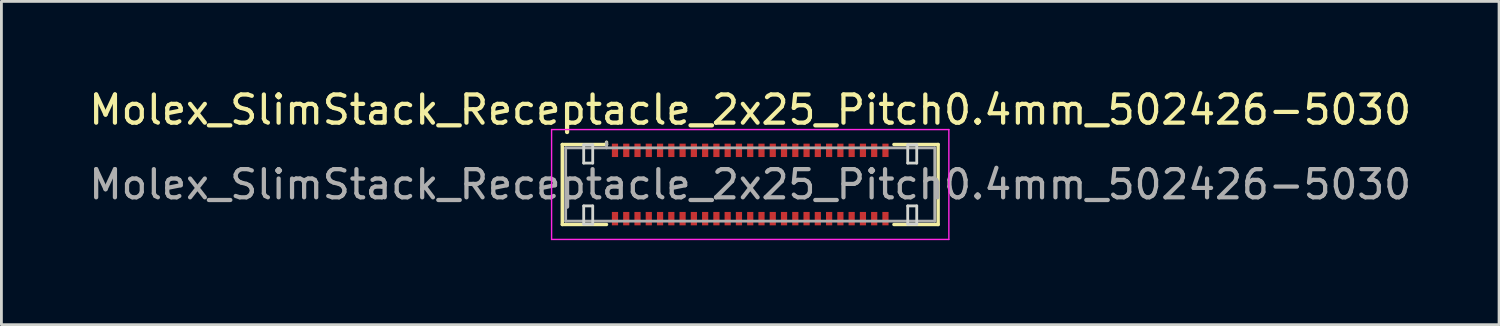
<source format=kicad_pcb>
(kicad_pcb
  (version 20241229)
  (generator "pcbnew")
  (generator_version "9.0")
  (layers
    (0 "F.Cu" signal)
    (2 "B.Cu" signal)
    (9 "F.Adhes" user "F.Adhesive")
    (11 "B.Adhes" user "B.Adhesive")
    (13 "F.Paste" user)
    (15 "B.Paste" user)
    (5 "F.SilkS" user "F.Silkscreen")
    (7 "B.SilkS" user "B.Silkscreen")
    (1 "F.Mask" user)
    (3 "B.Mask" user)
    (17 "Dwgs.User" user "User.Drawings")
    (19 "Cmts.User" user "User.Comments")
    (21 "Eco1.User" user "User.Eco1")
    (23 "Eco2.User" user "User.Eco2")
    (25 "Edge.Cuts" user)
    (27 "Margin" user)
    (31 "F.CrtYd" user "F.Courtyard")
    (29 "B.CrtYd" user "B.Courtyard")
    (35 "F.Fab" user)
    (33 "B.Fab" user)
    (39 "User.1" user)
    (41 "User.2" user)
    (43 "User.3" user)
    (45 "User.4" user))
  (footprint "Molex_SlimStack_Receptacle_2x25_Pitch0.4mm_502426-5030"
    (layer "F.Cu")
    (at 23.577 3.498)
    (property "Reference" "Molex_SlimStack_Receptacle_2x25_Pitch0.4mm_502426-5030" (at 0 -2.65 0) (layer "F.SilkS") (effects (font (size 1 1) (thickness 0.15))))
    (attr smd)
    (fp_line (start -6.67 -1.42) (end -5.1 -1.42) (stroke (width 0.12) (type solid)) (layer "F.SilkS"))
    (fp_line (start -6.67 1.42) (end -6.67 -1.42) (stroke (width 0.12) (type solid)) (layer "F.SilkS"))
    (fp_line (start -5.1 -1.42) (end -5.1 -1.5) (stroke (width 0.12) (type solid)) (layer "F.SilkS"))
    (fp_line (start -5.1 1.42) (end -6.67 1.42) (stroke (width 0.12) (type solid)) (layer "F.SilkS"))
    (fp_line (start 5.1 1.42) (end 6.67 1.42) (stroke (width 0.12) (type solid)) (layer "F.SilkS"))
    (fp_line (start 6.67 -1.42) (end 5.1 -1.42) (stroke (width 0.12) (type solid)) (layer "F.SilkS"))
    (fp_line (start 6.67 1.42) (end 6.67 -1.42) (stroke (width 0.12) (type solid)) (layer "F.SilkS"))
    (fp_line (start -5.91 -1.41) (end -5.91 -0.76) (stroke (width 0.1) (type solid)) (layer "Edge.Cuts"))
    (fp_line (start -5.91 -0.76) (end -5.59 -0.76) (stroke (width 0.1) (type solid)) (layer "Edge.Cuts"))
    (fp_line (start -5.91 0.76) (end -5.91 1.41) (stroke (width 0.1) (type solid)) (layer "Edge.Cuts"))
    (fp_line (start -5.91 1.41) (end -5.59 1.41) (stroke (width 0.1) (type solid)) (layer "Edge.Cuts"))
    (fp_line (start -5.59 -1.41) (end -5.91 -1.41) (stroke (width 0.1) (type solid)) (layer "Edge.Cuts"))
    (fp_line (start -5.59 -0.76) (end -5.59 -1.41) (stroke (width 0.1) (type solid)) (layer "Edge.Cuts"))
    (fp_line (start -5.59 0.76) (end -5.91 0.76) (stroke (width 0.1) (type solid)) (layer "Edge.Cuts"))
    (fp_line (start -5.59 1.41) (end -5.59 0.76) (stroke (width 0.1) (type solid)) (layer "Edge.Cuts"))
    (fp_line (start 5.59 -1.41) (end 5.59 -0.76) (stroke (width 0.1) (type solid)) (layer "Edge.Cuts"))
    (fp_line (start 5.59 -0.76) (end 5.91 -0.76) (stroke (width 0.1) (type solid)) (layer "Edge.Cuts"))
    (fp_line (start 5.59 0.76) (end 5.59 1.41) (stroke (width 0.1) (type solid)) (layer "Edge.Cuts"))
    (fp_line (start 5.59 1.41) (end 5.91 1.41) (stroke (width 0.1) (type solid)) (layer "Edge.Cuts"))
    (fp_line (start 5.91 -1.41) (end 5.59 -1.41) (stroke (width 0.1) (type solid)) (layer "Edge.Cuts"))
    (fp_line (start 5.91 -0.76) (end 5.91 -1.41) (stroke (width 0.1) (type solid)) (layer "Edge.Cuts"))
    (fp_line (start 5.91 0.76) (end 5.59 0.76) (stroke (width 0.1) (type solid)) (layer "Edge.Cuts"))
    (fp_line (start 5.91 1.41) (end 5.91 0.76) (stroke (width 0.1) (type solid)) (layer "Edge.Cuts"))
    (fp_line (start -7.05 -1.95) (end -7.05 1.95) (stroke (width 0.05) (type solid)) (layer "F.CrtYd"))
    (fp_line (start -7.05 1.95) (end 7.05 1.95) (stroke (width 0.05) (type solid)) (layer "F.CrtYd"))
    (fp_line (start 7.05 -1.95) (end -7.05 -1.95) (stroke (width 0.05) (type solid)) (layer "F.CrtYd"))
    (fp_line (start 7.05 1.95) (end 7.05 -1.95) (stroke (width 0.05) (type solid)) (layer "F.CrtYd"))
    (fp_line (start -6.55 -1.3) (end -6.55 1.3) (stroke (width 0.1) (type solid)) (layer "F.Fab"))
    (fp_line (start -6.55 1.3) (end 6.55 1.3) (stroke (width 0.1) (type solid)) (layer "F.Fab"))
    (fp_line (start -5.1 -1.3) (end -5.1 -1.5) (stroke (width 0.1) (type solid)) (layer "F.Fab"))
    (fp_line (start 6.55 -1.3) (end -6.55 -1.3) (stroke (width 0.1) (type solid)) (layer "F.Fab"))
    (fp_line (start 6.55 1.3) (end 6.55 -1.3) (stroke (width 0.1) (type solid)) (layer "F.Fab"))
    (fp_text user "${REFERENCE}" (at 0 0 0) (layer "F.Fab") (effects (font (size 1 1) (thickness 0.15))))
    (pad "1" smd rect (at -4.8 -1.212) (size 0.22 0.475) (layers "F.Cu" "F.Mask" "F.Paste"))
    (pad "2" smd rect (at -4.8 1.212) (size 0.22 0.475) (layers "F.Cu" "F.Mask" "F.Paste"))
    (pad "3" smd rect (at -4.4 -1.212) (size 0.22 0.475) (layers "F.Cu" "F.Mask" "F.Paste"))
    (pad "4" smd rect (at -4.4 1.212) (size 0.22 0.475) (layers "F.Cu" "F.Mask" "F.Paste"))
    (pad "5" smd rect (at -4 -1.212) (size 0.22 0.475) (layers "F.Cu" "F.Mask" "F.Paste"))
    (pad "6" smd rect (at -4 1.212) (size 0.22 0.475) (layers "F.Cu" "F.Mask" "F.Paste"))
    (pad "7" smd rect (at -3.6 -1.212) (size 0.22 0.475) (layers "F.Cu" "F.Mask" "F.Paste"))
    (pad "8" smd rect (at -3.6 1.212) (size 0.22 0.475) (layers "F.Cu" "F.Mask" "F.Paste"))
    (pad "9" smd rect (at -3.2 -1.212) (size 0.22 0.475) (layers "F.Cu" "F.Mask" "F.Paste"))
    (pad "10" smd rect (at -3.2 1.212) (size 0.22 0.475) (layers "F.Cu" "F.Mask" "F.Paste"))
    (pad "11" smd rect (at -2.8 -1.212) (size 0.22 0.475) (layers "F.Cu" "F.Mask" "F.Paste"))
    (pad "12" smd rect (at -2.8 1.212) (size 0.22 0.475) (layers "F.Cu" "F.Mask" "F.Paste"))
    (pad "13" smd rect (at -2.4 -1.212) (size 0.22 0.475) (layers "F.Cu" "F.Mask" "F.Paste"))
    (pad "14" smd rect (at -2.4 1.212) (size 0.22 0.475) (layers "F.Cu" "F.Mask" "F.Paste"))
    (pad "15" smd rect (at -2 -1.212) (size 0.22 0.475) (layers "F.Cu" "F.Mask" "F.Paste"))
    (pad "16" smd rect (at -2 1.212) (size 0.22 0.475) (layers "F.Cu" "F.Mask" "F.Paste"))
    (pad "17" smd rect (at -1.6 -1.212) (size 0.22 0.475) (layers "F.Cu" "F.Mask" "F.Paste"))
    (pad "18" smd rect (at -1.6 1.212) (size 0.22 0.475) (layers "F.Cu" "F.Mask" "F.Paste"))
    (pad "19" smd rect (at -1.2 -1.212) (size 0.22 0.475) (layers "F.Cu" "F.Mask" "F.Paste"))
    (pad "20" smd rect (at -1.2 1.212) (size 0.22 0.475) (layers "F.Cu" "F.Mask" "F.Paste"))
    (pad "21" smd rect (at -0.8 -1.212) (size 0.22 0.475) (layers "F.Cu" "F.Mask" "F.Paste"))
    (pad "22" smd rect (at -0.8 1.212) (size 0.22 0.475) (layers "F.Cu" "F.Mask" "F.Paste"))
    (pad "23" smd rect (at -0.4 -1.212) (size 0.22 0.475) (layers "F.Cu" "F.Mask" "F.Paste"))
    (pad "24" smd rect (at -0.4 1.212) (size 0.22 0.475) (layers "F.Cu" "F.Mask" "F.Paste"))
    (pad "25" smd rect (at 0 -1.212) (size 0.22 0.475) (layers "F.Cu" "F.Mask" "F.Paste"))
    (pad "26" smd rect (at 0 1.212) (size 0.22 0.475) (layers "F.Cu" "F.Mask" "F.Paste"))
    (pad "27" smd rect (at 0.4 -1.212) (size 0.22 0.475) (layers "F.Cu" "F.Mask" "F.Paste"))
    (pad "28" smd rect (at 0.4 1.212) (size 0.22 0.475) (layers "F.Cu" "F.Mask" "F.Paste"))
    (pad "29" smd rect (at 0.8 -1.212) (size 0.22 0.475) (layers "F.Cu" "F.Mask" "F.Paste"))
    (pad "30" smd rect (at 0.8 1.212) (size 0.22 0.475) (layers "F.Cu" "F.Mask" "F.Paste"))
    (pad "31" smd rect (at 1.2 -1.212) (size 0.22 0.475) (layers "F.Cu" "F.Mask" "F.Paste"))
    (pad "32" smd rect (at 1.2 1.212) (size 0.22 0.475) (layers "F.Cu" "F.Mask" "F.Paste"))
    (pad "33" smd rect (at 1.6 -1.212) (size 0.22 0.475) (layers "F.Cu" "F.Mask" "F.Paste"))
    (pad "34" smd rect (at 1.6 1.212) (size 0.22 0.475) (layers "F.Cu" "F.Mask" "F.Paste"))
    (pad "35" smd rect (at 2 -1.212) (size 0.22 0.475) (layers "F.Cu" "F.Mask" "F.Paste"))
    (pad "36" smd rect (at 2 1.212) (size 0.22 0.475) (layers "F.Cu" "F.Mask" "F.Paste"))
    (pad "37" smd rect (at 2.4 -1.212) (size 0.22 0.475) (layers "F.Cu" "F.Mask" "F.Paste"))
    (pad "38" smd rect (at 2.4 1.212) (size 0.22 0.475) (layers "F.Cu" "F.Mask" "F.Paste"))
    (pad "39" smd rect (at 2.8 -1.212) (size 0.22 0.475) (layers "F.Cu" "F.Mask" "F.Paste"))
    (pad "40" smd rect (at 2.8 1.212) (size 0.22 0.475) (layers "F.Cu" "F.Mask" "F.Paste"))
    (pad "41" smd rect (at 3.2 -1.212) (size 0.22 0.475) (layers "F.Cu" "F.Mask" "F.Paste"))
    (pad "42" smd rect (at 3.2 1.212) (size 0.22 0.475) (layers "F.Cu" "F.Mask" "F.Paste"))
    (pad "43" smd rect (at 3.6 -1.212) (size 0.22 0.475) (layers "F.Cu" "F.Mask" "F.Paste"))
    (pad "44" smd rect (at 3.6 1.212) (size 0.22 0.475) (layers "F.Cu" "F.Mask" "F.Paste"))
    (pad "45" smd rect (at 4 -1.212) (size 0.22 0.475) (layers "F.Cu" "F.Mask" "F.Paste"))
    (pad "46" smd rect (at 4 1.212) (size 0.22 0.475) (layers "F.Cu" "F.Mask" "F.Paste"))
    (pad "47" smd rect (at 4.4 -1.212) (size 0.22 0.475) (layers "F.Cu" "F.Mask" "F.Paste"))
    (pad "48" smd rect (at 4.4 1.212) (size 0.22 0.475) (layers "F.Cu" "F.Mask" "F.Paste"))
    (pad "49" smd rect (at 4.8 -1.212) (size 0.22 0.475) (layers "F.Cu" "F.Mask" "F.Paste"))
    (pad "50" smd rect (at 4.8 1.212) (size 0.22 0.475) (layers "F.Cu" "F.Mask" "F.Paste")))
  (gr_rect
    (start -3 -3)
    (end 50.155 8.473)
    (stroke (width 0.1) (type default))
    (fill no)
    (layer "Edge.Cuts")))
</source>
